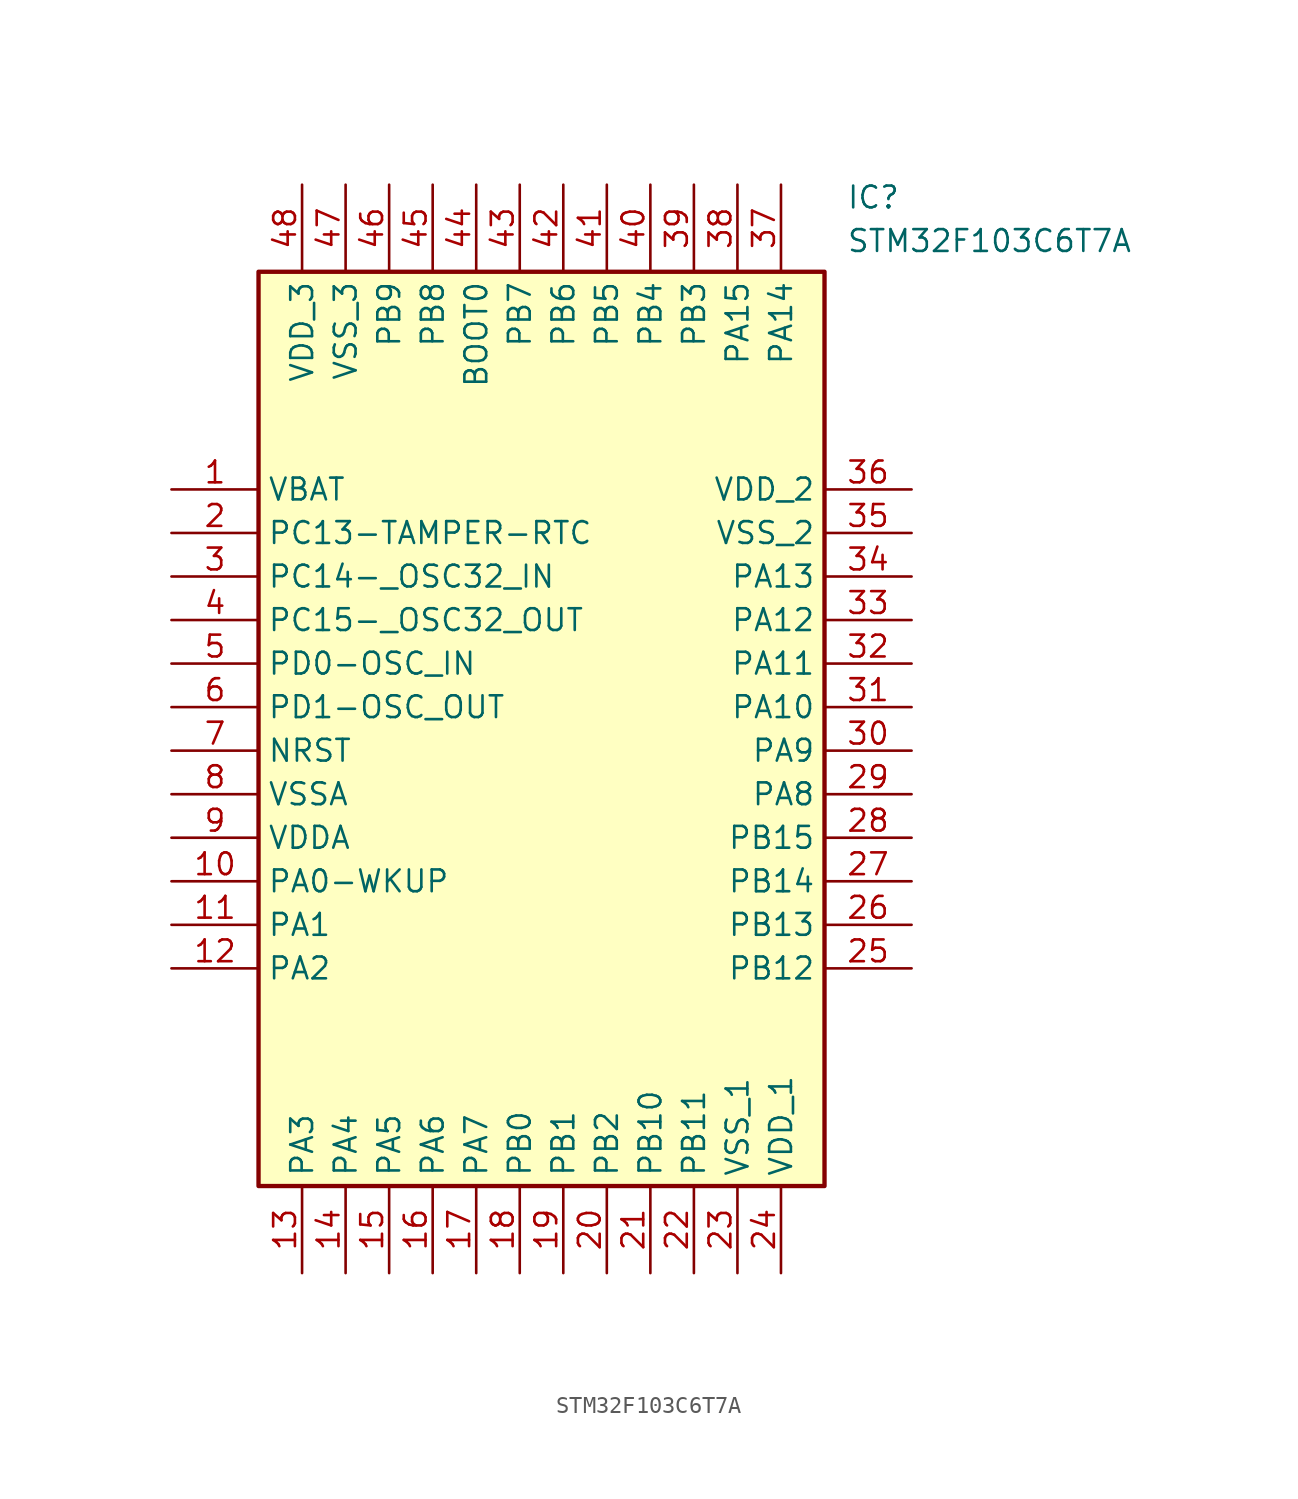
<source format=kicad_sym>
(kicad_symbol_lib
  (version 20211014)
  (generator SamacSys_ECAD_Model)
  (symbol "STM32F103C6T7A"
    (property "Reference" "IC"
      (at 39.37 17.78 0)
      (effects (font (size 1.27 1.27)) (justify left top)))
    (property "Value" "STM32F103C6T7A"
      (at 39.37 15.24 0)
      (effects (font (size 1.27 1.27)) (justify left top)))
    (rectangle
      (start 5.08 12.7)
      (end 38.1 -40.64)
      (stroke (width 0.254) (type default))
      (fill (type background)))
    (pin passive line
      (at 0 0 0)
      (length 5.08)
      (name "VBAT" (effects (font (size 1.27 1.27))))
      (number "1" (effects (font (size 1.27 1.27)))))
    (pin passive line
      (at 0 -2.54 0)
      (length 5.08)
      (name "PC13-TAMPER-RTC" (effects (font (size 1.27 1.27))))
      (number "2" (effects (font (size 1.27 1.27)))))
    (pin passive line
      (at 0 -5.08 0)
      (length 5.08)
      (name "PC14-_OSC32_IN" (effects (font (size 1.27 1.27))))
      (number "3" (effects (font (size 1.27 1.27)))))
    (pin passive line
      (at 0 -7.62 0)
      (length 5.08)
      (name "PC15-_OSC32_OUT" (effects (font (size 1.27 1.27))))
      (number "4" (effects (font (size 1.27 1.27)))))
    (pin passive line
      (at 0 -10.16 0)
      (length 5.08)
      (name "PD0-OSC_IN" (effects (font (size 1.27 1.27))))
      (number "5" (effects (font (size 1.27 1.27)))))
    (pin passive line
      (at 0 -12.7 0)
      (length 5.08)
      (name "PD1-OSC_OUT" (effects (font (size 1.27 1.27))))
      (number "6" (effects (font (size 1.27 1.27)))))
    (pin passive line
      (at 0 -15.24 0)
      (length 5.08)
      (name "NRST" (effects (font (size 1.27 1.27))))
      (number "7" (effects (font (size 1.27 1.27)))))
    (pin passive line
      (at 0 -17.78 0)
      (length 5.08)
      (name "VSSA" (effects (font (size 1.27 1.27))))
      (number "8" (effects (font (size 1.27 1.27)))))
    (pin passive line
      (at 0 -20.32 0)
      (length 5.08)
      (name "VDDA" (effects (font (size 1.27 1.27))))
      (number "9" (effects (font (size 1.27 1.27)))))
    (pin passive line
      (at 0 -22.86 0)
      (length 5.08)
      (name "PA0-WKUP" (effects (font (size 1.27 1.27))))
      (number "10" (effects (font (size 1.27 1.27)))))
    (pin passive line
      (at 0 -25.4 0)
      (length 5.08)
      (name "PA1" (effects (font (size 1.27 1.27))))
      (number "11" (effects (font (size 1.27 1.27)))))
    (pin passive line
      (at 0 -27.94 0)
      (length 5.08)
      (name "PA2" (effects (font (size 1.27 1.27))))
      (number "12" (effects (font (size 1.27 1.27)))))
    (pin passive line
      (at 7.62 -45.72 90)
      (length 5.08)
      (name "PA3" (effects (font (size 1.27 1.27))))
      (number "13" (effects (font (size 1.27 1.27)))))
    (pin passive line
      (at 10.16 -45.72 90)
      (length 5.08)
      (name "PA4" (effects (font (size 1.27 1.27))))
      (number "14" (effects (font (size 1.27 1.27)))))
    (pin passive line
      (at 12.7 -45.72 90)
      (length 5.08)
      (name "PA5" (effects (font (size 1.27 1.27))))
      (number "15" (effects (font (size 1.27 1.27)))))
    (pin passive line
      (at 15.24 -45.72 90)
      (length 5.08)
      (name "PA6" (effects (font (size 1.27 1.27))))
      (number "16" (effects (font (size 1.27 1.27)))))
    (pin passive line
      (at 17.78 -45.72 90)
      (length 5.08)
      (name "PA7" (effects (font (size 1.27 1.27))))
      (number "17" (effects (font (size 1.27 1.27)))))
    (pin passive line
      (at 20.32 -45.72 90)
      (length 5.08)
      (name "PB0" (effects (font (size 1.27 1.27))))
      (number "18" (effects (font (size 1.27 1.27)))))
    (pin passive line
      (at 22.86 -45.72 90)
      (length 5.08)
      (name "PB1" (effects (font (size 1.27 1.27))))
      (number "19" (effects (font (size 1.27 1.27)))))
    (pin passive line
      (at 25.4 -45.72 90)
      (length 5.08)
      (name "PB2" (effects (font (size 1.27 1.27))))
      (number "20" (effects (font (size 1.27 1.27)))))
    (pin passive line
      (at 27.94 -45.72 90)
      (length 5.08)
      (name "PB10" (effects (font (size 1.27 1.27))))
      (number "21" (effects (font (size 1.27 1.27)))))
    (pin passive line
      (at 30.48 -45.72 90)
      (length 5.08)
      (name "PB11" (effects (font (size 1.27 1.27))))
      (number "22" (effects (font (size 1.27 1.27)))))
    (pin passive line
      (at 33.02 -45.72 90)
      (length 5.08)
      (name "VSS_1" (effects (font (size 1.27 1.27))))
      (number "23" (effects (font (size 1.27 1.27)))))
    (pin passive line
      (at 35.56 -45.72 90)
      (length 5.08)
      (name "VDD_1" (effects (font (size 1.27 1.27))))
      (number "24" (effects (font (size 1.27 1.27)))))
    (pin passive line
      (at 43.18 0 180)
      (length 5.08)
      (name "VDD_2" (effects (font (size 1.27 1.27))))
      (number "36" (effects (font (size 1.27 1.27)))))
    (pin passive line
      (at 43.18 -2.54 180)
      (length 5.08)
      (name "VSS_2" (effects (font (size 1.27 1.27))))
      (number "35" (effects (font (size 1.27 1.27)))))
    (pin passive line
      (at 43.18 -5.08 180)
      (length 5.08)
      (name "PA13" (effects (font (size 1.27 1.27))))
      (number "34" (effects (font (size 1.27 1.27)))))
    (pin passive line
      (at 43.18 -7.62 180)
      (length 5.08)
      (name "PA12" (effects (font (size 1.27 1.27))))
      (number "33" (effects (font (size 1.27 1.27)))))
    (pin passive line
      (at 43.18 -10.16 180)
      (length 5.08)
      (name "PA11" (effects (font (size 1.27 1.27))))
      (number "32" (effects (font (size 1.27 1.27)))))
    (pin passive line
      (at 43.18 -12.7 180)
      (length 5.08)
      (name "PA10" (effects (font (size 1.27 1.27))))
      (number "31" (effects (font (size 1.27 1.27)))))
    (pin passive line
      (at 43.18 -15.24 180)
      (length 5.08)
      (name "PA9" (effects (font (size 1.27 1.27))))
      (number "30" (effects (font (size 1.27 1.27)))))
    (pin passive line
      (at 43.18 -17.78 180)
      (length 5.08)
      (name "PA8" (effects (font (size 1.27 1.27))))
      (number "29" (effects (font (size 1.27 1.27)))))
    (pin passive line
      (at 43.18 -20.32 180)
      (length 5.08)
      (name "PB15" (effects (font (size 1.27 1.27))))
      (number "28" (effects (font (size 1.27 1.27)))))
    (pin passive line
      (at 43.18 -22.86 180)
      (length 5.08)
      (name "PB14" (effects (font (size 1.27 1.27))))
      (number "27" (effects (font (size 1.27 1.27)))))
    (pin passive line
      (at 43.18 -25.4 180)
      (length 5.08)
      (name "PB13" (effects (font (size 1.27 1.27))))
      (number "26" (effects (font (size 1.27 1.27)))))
    (pin passive line
      (at 43.18 -27.94 180)
      (length 5.08)
      (name "PB12" (effects (font (size 1.27 1.27))))
      (number "25" (effects (font (size 1.27 1.27)))))
    (pin passive line
      (at 7.62 17.78 270)
      (length 5.08)
      (name "VDD_3" (effects (font (size 1.27 1.27))))
      (number "48" (effects (font (size 1.27 1.27)))))
    (pin passive line
      (at 10.16 17.78 270)
      (length 5.08)
      (name "VSS_3" (effects (font (size 1.27 1.27))))
      (number "47" (effects (font (size 1.27 1.27)))))
    (pin passive line
      (at 12.7 17.78 270)
      (length 5.08)
      (name "PB9" (effects (font (size 1.27 1.27))))
      (number "46" (effects (font (size 1.27 1.27)))))
    (pin passive line
      (at 15.24 17.78 270)
      (length 5.08)
      (name "PB8" (effects (font (size 1.27 1.27))))
      (number "45" (effects (font (size 1.27 1.27)))))
    (pin passive line
      (at 17.78 17.78 270)
      (length 5.08)
      (name "BOOT0" (effects (font (size 1.27 1.27))))
      (number "44" (effects (font (size 1.27 1.27)))))
    (pin passive line
      (at 20.32 17.78 270)
      (length 5.08)
      (name "PB7" (effects (font (size 1.27 1.27))))
      (number "43" (effects (font (size 1.27 1.27)))))
    (pin passive line
      (at 22.86 17.78 270)
      (length 5.08)
      (name "PB6" (effects (font (size 1.27 1.27))))
      (number "42" (effects (font (size 1.27 1.27)))))
    (pin passive line
      (at 25.4 17.78 270)
      (length 5.08)
      (name "PB5" (effects (font (size 1.27 1.27))))
      (number "41" (effects (font (size 1.27 1.27)))))
    (pin passive line
      (at 27.94 17.78 270)
      (length 5.08)
      (name "PB4" (effects (font (size 1.27 1.27))))
      (number "40" (effects (font (size 1.27 1.27)))))
    (pin passive line
      (at 30.48 17.78 270)
      (length 5.08)
      (name "PB3" (effects (font (size 1.27 1.27))))
      (number "39" (effects (font (size 1.27 1.27)))))
    (pin passive line
      (at 33.02 17.78 270)
      (length 5.08)
      (name "PA15" (effects (font (size 1.27 1.27))))
      (number "38" (effects (font (size 1.27 1.27)))))
    (pin passive line
      (at 35.56 17.78 270)
      (length 5.08)
      (name "PA14" (effects (font (size 1.27 1.27))))
      (number "37" (effects (font (size 1.27 1.27)))))))
</source>
